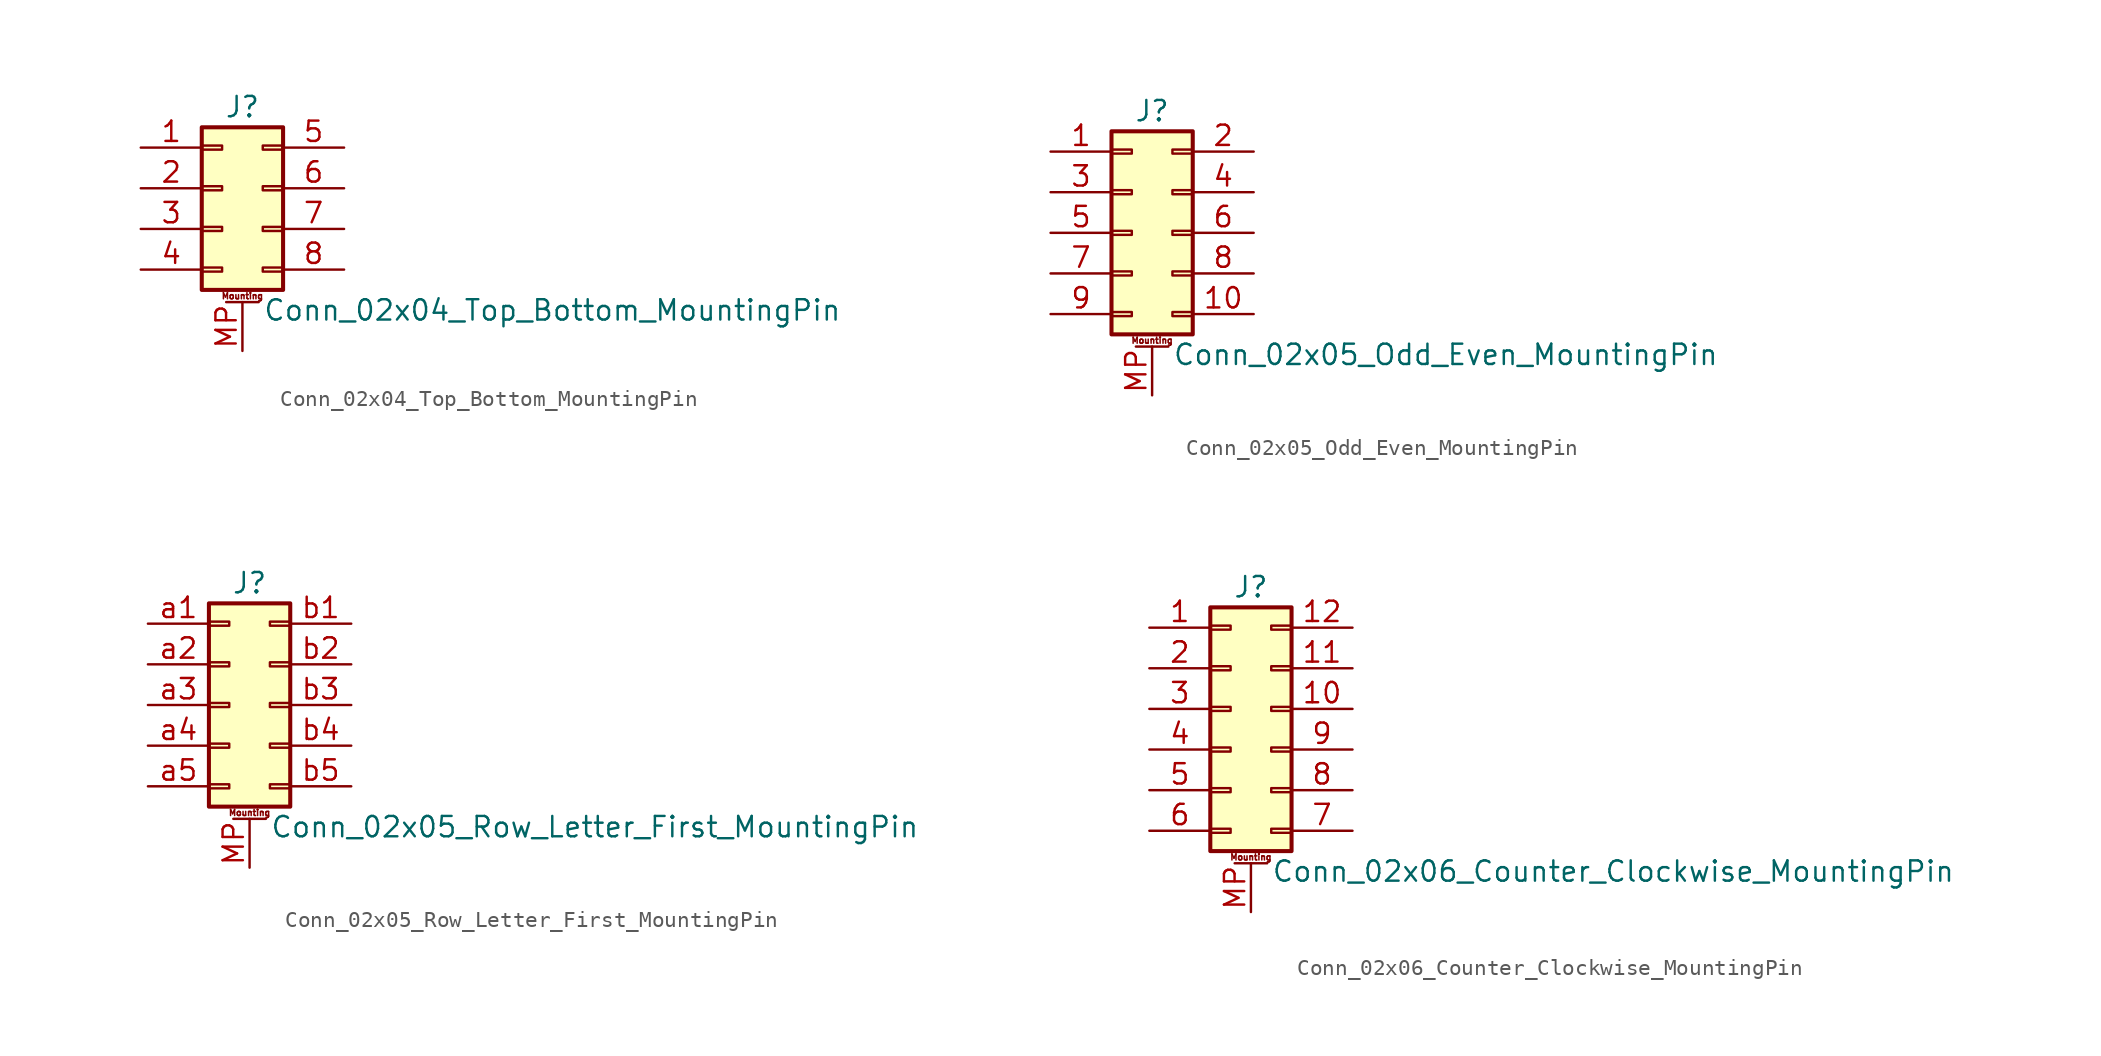
<source format=kicad_sym>
(kicad_symbol_lib
  (version 20211014)
  (generator kicad_symbol_editor)
  (symbol "Conn_02x04_Top_Bottom_MountingPin"
    (pin_names
      (offset 1.016) hide)
    (property "Reference" "J"
      (at 1.27 5.08 0)
      (effects (font (size 1.27 1.27))))
    (property "Value" "Conn_02x04_Top_Bottom_MountingPin"
      (at 2.54 -7.62 0)
      (effects (font (size 1.27 1.27)) (justify left)))
    (symbol "Conn_02x04_Top_Bottom_MountingPin_1_1"
      (rectangle (start -1.27 -4.953) (end 0 -5.207) (stroke (width 0.152) (type default) (color 0 0 0 0)) (fill (type none)))
      (rectangle (start -1.27 -2.413) (end 0 -2.667) (stroke (width 0.152) (type default) (color 0 0 0 0)) (fill (type none)))
      (rectangle (start -1.27 0.127) (end 0 -0.127) (stroke (width 0.152) (type default) (color 0 0 0 0)) (fill (type none)))
      (rectangle (start -1.27 2.667) (end 0 2.413) (stroke (width 0.152) (type default) (color 0 0 0 0)) (fill (type none)))
      (rectangle (start -1.27 3.81) (end 3.81 -6.35) (stroke (width 0.254) (type default) (color 0 0 0 0)) (fill (type background)))
      (polyline (pts (xy 0.254 -7.112) (xy 2.286 -7.112)) (stroke (width 0.152) (type default) (color 0 0 0 0)) (fill (type none)))
      (rectangle (start 3.81 -4.953) (end 2.54 -5.207) (stroke (width 0.152) (type default) (color 0 0 0 0)) (fill (type none)))
      (rectangle (start 3.81 -2.413) (end 2.54 -2.667) (stroke (width 0.152) (type default) (color 0 0 0 0)) (fill (type none)))
      (rectangle (start 3.81 0.127) (end 2.54 -0.127) (stroke (width 0.152) (type default) (color 0 0 0 0)) (fill (type none)))
      (rectangle (start 3.81 2.667) (end 2.54 2.413) (stroke (width 0.152) (type default) (color 0 0 0 0)) (fill (type none)))
      (text "Mounting" (at 1.27 -6.731 0) (effects (font (size 0.381 0.381))))
      (pin passive line (at -5.08 2.54 0) (length 3.81) (name "Pin_1" (effects (font (size 1.27 1.27)))) (number "1" (effects (font (size 1.27 1.27)))))
      (pin passive line (at -5.08 0 0) (length 3.81) (name "Pin_2" (effects (font (size 1.27 1.27)))) (number "2" (effects (font (size 1.27 1.27)))))
      (pin passive line (at -5.08 -2.54 0) (length 3.81) (name "Pin_3" (effects (font (size 1.27 1.27)))) (number "3" (effects (font (size 1.27 1.27)))))
      (pin passive line (at -5.08 -5.08 0) (length 3.81) (name "Pin_4" (effects (font (size 1.27 1.27)))) (number "4" (effects (font (size 1.27 1.27)))))
      (pin passive line (at 7.62 2.54 180) (length 3.81) (name "Pin_5" (effects (font (size 1.27 1.27)))) (number "5" (effects (font (size 1.27 1.27)))))
      (pin passive line (at 7.62 0 180) (length 3.81) (name "Pin_6" (effects (font (size 1.27 1.27)))) (number "6" (effects (font (size 1.27 1.27)))))
      (pin passive line (at 7.62 -2.54 180) (length 3.81) (name "Pin_7" (effects (font (size 1.27 1.27)))) (number "7" (effects (font (size 1.27 1.27)))))
      (pin passive line (at 7.62 -5.08 180) (length 3.81) (name "Pin_8" (effects (font (size 1.27 1.27)))) (number "8" (effects (font (size 1.27 1.27)))))
      (pin passive line (at 1.27 -10.16 90) (length 3.048) (name "MountPin" (effects (font (size 1.27 1.27)))) (number "MP" (effects (font (size 1.27 1.27)))))))
  (symbol "Conn_02x05_Odd_Even_MountingPin"
    (pin_names
      (offset 1.016) hide)
    (property "Reference" "J"
      (at 1.27 7.62 0)
      (effects (font (size 1.27 1.27))))
    (property "Value" "Conn_02x05_Odd_Even_MountingPin"
      (at 2.54 -7.62 0)
      (effects (font (size 1.27 1.27)) (justify left)))
    (symbol "Conn_02x05_Odd_Even_MountingPin_1_1"
      (rectangle (start -1.27 -4.953) (end 0 -5.207) (stroke (width 0.152) (type default) (color 0 0 0 0)) (fill (type none)))
      (rectangle (start -1.27 -2.413) (end 0 -2.667) (stroke (width 0.152) (type default) (color 0 0 0 0)) (fill (type none)))
      (rectangle (start -1.27 0.127) (end 0 -0.127) (stroke (width 0.152) (type default) (color 0 0 0 0)) (fill (type none)))
      (rectangle (start -1.27 2.667) (end 0 2.413) (stroke (width 0.152) (type default) (color 0 0 0 0)) (fill (type none)))
      (rectangle (start -1.27 5.207) (end 0 4.953) (stroke (width 0.152) (type default) (color 0 0 0 0)) (fill (type none)))
      (rectangle (start -1.27 6.35) (end 3.81 -6.35) (stroke (width 0.254) (type default) (color 0 0 0 0)) (fill (type background)))
      (polyline (pts (xy 0.254 -7.112) (xy 2.286 -7.112)) (stroke (width 0.152) (type default) (color 0 0 0 0)) (fill (type none)))
      (rectangle (start 3.81 -4.953) (end 2.54 -5.207) (stroke (width 0.152) (type default) (color 0 0 0 0)) (fill (type none)))
      (rectangle (start 3.81 -2.413) (end 2.54 -2.667) (stroke (width 0.152) (type default) (color 0 0 0 0)) (fill (type none)))
      (rectangle (start 3.81 0.127) (end 2.54 -0.127) (stroke (width 0.152) (type default) (color 0 0 0 0)) (fill (type none)))
      (rectangle (start 3.81 2.667) (end 2.54 2.413) (stroke (width 0.152) (type default) (color 0 0 0 0)) (fill (type none)))
      (rectangle (start 3.81 5.207) (end 2.54 4.953) (stroke (width 0.152) (type default) (color 0 0 0 0)) (fill (type none)))
      (text "Mounting" (at 1.27 -6.731 0) (effects (font (size 0.381 0.381))))
      (pin passive line (at -5.08 5.08 0) (length 3.81) (name "Pin_1" (effects (font (size 1.27 1.27)))) (number "1" (effects (font (size 1.27 1.27)))))
      (pin passive line (at 7.62 -5.08 180) (length 3.81) (name "Pin_10" (effects (font (size 1.27 1.27)))) (number "10" (effects (font (size 1.27 1.27)))))
      (pin passive line (at 7.62 5.08 180) (length 3.81) (name "Pin_2" (effects (font (size 1.27 1.27)))) (number "2" (effects (font (size 1.27 1.27)))))
      (pin passive line (at -5.08 2.54 0) (length 3.81) (name "Pin_3" (effects (font (size 1.27 1.27)))) (number "3" (effects (font (size 1.27 1.27)))))
      (pin passive line (at 7.62 2.54 180) (length 3.81) (name "Pin_4" (effects (font (size 1.27 1.27)))) (number "4" (effects (font (size 1.27 1.27)))))
      (pin passive line (at -5.08 0 0) (length 3.81) (name "Pin_5" (effects (font (size 1.27 1.27)))) (number "5" (effects (font (size 1.27 1.27)))))
      (pin passive line (at 7.62 0 180) (length 3.81) (name "Pin_6" (effects (font (size 1.27 1.27)))) (number "6" (effects (font (size 1.27 1.27)))))
      (pin passive line (at -5.08 -2.54 0) (length 3.81) (name "Pin_7" (effects (font (size 1.27 1.27)))) (number "7" (effects (font (size 1.27 1.27)))))
      (pin passive line (at 7.62 -2.54 180) (length 3.81) (name "Pin_8" (effects (font (size 1.27 1.27)))) (number "8" (effects (font (size 1.27 1.27)))))
      (pin passive line (at -5.08 -5.08 0) (length 3.81) (name "Pin_9" (effects (font (size 1.27 1.27)))) (number "9" (effects (font (size 1.27 1.27)))))
      (pin passive line (at 1.27 -10.16 90) (length 3.048) (name "MountPin" (effects (font (size 1.27 1.27)))) (number "MP" (effects (font (size 1.27 1.27)))))))
  (symbol "Conn_02x05_Row_Letter_First_MountingPin"
    (pin_names
      (offset 1.016) hide)
    (property "Reference" "J"
      (at 1.27 7.62 0)
      (effects (font (size 1.27 1.27))))
    (property "Value" "Conn_02x05_Row_Letter_First_MountingPin"
      (at 2.54 -7.62 0)
      (effects (font (size 1.27 1.27)) (justify left)))
    (symbol "Conn_02x05_Row_Letter_First_MountingPin_1_1"
      (rectangle (start -1.27 -4.953) (end 0 -5.207) (stroke (width 0.152) (type default) (color 0 0 0 0)) (fill (type none)))
      (rectangle (start -1.27 -2.413) (end 0 -2.667) (stroke (width 0.152) (type default) (color 0 0 0 0)) (fill (type none)))
      (rectangle (start -1.27 0.127) (end 0 -0.127) (stroke (width 0.152) (type default) (color 0 0 0 0)) (fill (type none)))
      (rectangle (start -1.27 2.667) (end 0 2.413) (stroke (width 0.152) (type default) (color 0 0 0 0)) (fill (type none)))
      (rectangle (start -1.27 5.207) (end 0 4.953) (stroke (width 0.152) (type default) (color 0 0 0 0)) (fill (type none)))
      (rectangle (start -1.27 6.35) (end 3.81 -6.35) (stroke (width 0.254) (type default) (color 0 0 0 0)) (fill (type background)))
      (polyline (pts (xy 0.254 -7.112) (xy 2.286 -7.112)) (stroke (width 0.152) (type default) (color 0 0 0 0)) (fill (type none)))
      (rectangle (start 3.81 -4.953) (end 2.54 -5.207) (stroke (width 0.152) (type default) (color 0 0 0 0)) (fill (type none)))
      (rectangle (start 3.81 -2.413) (end 2.54 -2.667) (stroke (width 0.152) (type default) (color 0 0 0 0)) (fill (type none)))
      (rectangle (start 3.81 0.127) (end 2.54 -0.127) (stroke (width 0.152) (type default) (color 0 0 0 0)) (fill (type none)))
      (rectangle (start 3.81 2.667) (end 2.54 2.413) (stroke (width 0.152) (type default) (color 0 0 0 0)) (fill (type none)))
      (rectangle (start 3.81 5.207) (end 2.54 4.953) (stroke (width 0.152) (type default) (color 0 0 0 0)) (fill (type none)))
      (text "Mounting" (at 1.27 -6.731 0) (effects (font (size 0.381 0.381))))
      (pin passive line (at 1.27 -10.16 90) (length 3.048) (name "MountPin" (effects (font (size 1.27 1.27)))) (number "MP" (effects (font (size 1.27 1.27)))))
      (pin passive line (at -5.08 5.08 0) (length 3.81) (name "Pin_a1" (effects (font (size 1.27 1.27)))) (number "a1" (effects (font (size 1.27 1.27)))))
      (pin passive line (at -5.08 2.54 0) (length 3.81) (name "Pin_a2" (effects (font (size 1.27 1.27)))) (number "a2" (effects (font (size 1.27 1.27)))))
      (pin passive line (at -5.08 0 0) (length 3.81) (name "Pin_a3" (effects (font (size 1.27 1.27)))) (number "a3" (effects (font (size 1.27 1.27)))))
      (pin passive line (at -5.08 -2.54 0) (length 3.81) (name "Pin_a4" (effects (font (size 1.27 1.27)))) (number "a4" (effects (font (size 1.27 1.27)))))
      (pin passive line (at -5.08 -5.08 0) (length 3.81) (name "Pin_a5" (effects (font (size 1.27 1.27)))) (number "a5" (effects (font (size 1.27 1.27)))))
      (pin passive line (at 7.62 5.08 180) (length 3.81) (name "Pin_b1" (effects (font (size 1.27 1.27)))) (number "b1" (effects (font (size 1.27 1.27)))))
      (pin passive line (at 7.62 2.54 180) (length 3.81) (name "Pin_b2" (effects (font (size 1.27 1.27)))) (number "b2" (effects (font (size 1.27 1.27)))))
      (pin passive line (at 7.62 0 180) (length 3.81) (name "Pin_b3" (effects (font (size 1.27 1.27)))) (number "b3" (effects (font (size 1.27 1.27)))))
      (pin passive line (at 7.62 -2.54 180) (length 3.81) (name "Pin_b4" (effects (font (size 1.27 1.27)))) (number "b4" (effects (font (size 1.27 1.27)))))
      (pin passive line (at 7.62 -5.08 180) (length 3.81) (name "Pin_b5" (effects (font (size 1.27 1.27)))) (number "b5" (effects (font (size 1.27 1.27)))))))
  (symbol "Conn_02x06_Counter_Clockwise_MountingPin"
    (pin_names
      (offset 1.016) hide)
    (property "Reference" "J"
      (at 1.27 7.62 0)
      (effects (font (size 1.27 1.27))))
    (property "Value" "Conn_02x06_Counter_Clockwise_MountingPin"
      (at 2.54 -10.16 0)
      (effects (font (size 1.27 1.27)) (justify left)))
    (symbol "Conn_02x06_Counter_Clockwise_MountingPin_1_1"
      (rectangle (start -1.27 -7.493) (end 0 -7.747) (stroke (width 0.152) (type default) (color 0 0 0 0)) (fill (type none)))
      (rectangle (start -1.27 -4.953) (end 0 -5.207) (stroke (width 0.152) (type default) (color 0 0 0 0)) (fill (type none)))
      (rectangle (start -1.27 -2.413) (end 0 -2.667) (stroke (width 0.152) (type default) (color 0 0 0 0)) (fill (type none)))
      (rectangle (start -1.27 0.127) (end 0 -0.127) (stroke (width 0.152) (type default) (color 0 0 0 0)) (fill (type none)))
      (rectangle (start -1.27 2.667) (end 0 2.413) (stroke (width 0.152) (type default) (color 0 0 0 0)) (fill (type none)))
      (rectangle (start -1.27 5.207) (end 0 4.953) (stroke (width 0.152) (type default) (color 0 0 0 0)) (fill (type none)))
      (rectangle (start -1.27 6.35) (end 3.81 -8.89) (stroke (width 0.254) (type default) (color 0 0 0 0)) (fill (type background)))
      (polyline (pts (xy 0.254 -9.652) (xy 2.286 -9.652)) (stroke (width 0.152) (type default) (color 0 0 0 0)) (fill (type none)))
      (rectangle (start 3.81 -7.493) (end 2.54 -7.747) (stroke (width 0.152) (type default) (color 0 0 0 0)) (fill (type none)))
      (rectangle (start 3.81 -4.953) (end 2.54 -5.207) (stroke (width 0.152) (type default) (color 0 0 0 0)) (fill (type none)))
      (rectangle (start 3.81 -2.413) (end 2.54 -2.667) (stroke (width 0.152) (type default) (color 0 0 0 0)) (fill (type none)))
      (rectangle (start 3.81 0.127) (end 2.54 -0.127) (stroke (width 0.152) (type default) (color 0 0 0 0)) (fill (type none)))
      (rectangle (start 3.81 2.667) (end 2.54 2.413) (stroke (width 0.152) (type default) (color 0 0 0 0)) (fill (type none)))
      (rectangle (start 3.81 5.207) (end 2.54 4.953) (stroke (width 0.152) (type default) (color 0 0 0 0)) (fill (type none)))
      (text "Mounting" (at 1.27 -9.271 0) (effects (font (size 0.381 0.381))))
      (pin passive line (at -5.08 5.08 0) (length 3.81) (name "Pin_1" (effects (font (size 1.27 1.27)))) (number "1" (effects (font (size 1.27 1.27)))))
      (pin passive line (at 7.62 0 180) (length 3.81) (name "Pin_10" (effects (font (size 1.27 1.27)))) (number "10" (effects (font (size 1.27 1.27)))))
      (pin passive line (at 7.62 2.54 180) (length 3.81) (name "Pin_11" (effects (font (size 1.27 1.27)))) (number "11" (effects (font (size 1.27 1.27)))))
      (pin passive line (at 7.62 5.08 180) (length 3.81) (name "Pin_12" (effects (font (size 1.27 1.27)))) (number "12" (effects (font (size 1.27 1.27)))))
      (pin passive line (at -5.08 2.54 0) (length 3.81) (name "Pin_2" (effects (font (size 1.27 1.27)))) (number "2" (effects (font (size 1.27 1.27)))))
      (pin passive line (at -5.08 0 0) (length 3.81) (name "Pin_3" (effects (font (size 1.27 1.27)))) (number "3" (effects (font (size 1.27 1.27)))))
      (pin passive line (at -5.08 -2.54 0) (length 3.81) (name "Pin_4" (effects (font (size 1.27 1.27)))) (number "4" (effects (font (size 1.27 1.27)))))
      (pin passive line (at -5.08 -5.08 0) (length 3.81) (name "Pin_5" (effects (font (size 1.27 1.27)))) (number "5" (effects (font (size 1.27 1.27)))))
      (pin passive line (at -5.08 -7.62 0) (length 3.81) (name "Pin_6" (effects (font (size 1.27 1.27)))) (number "6" (effects (font (size 1.27 1.27)))))
      (pin passive line (at 7.62 -7.62 180) (length 3.81) (name "Pin_7" (effects (font (size 1.27 1.27)))) (number "7" (effects (font (size 1.27 1.27)))))
      (pin passive line (at 7.62 -5.08 180) (length 3.81) (name "Pin_8" (effects (font (size 1.27 1.27)))) (number "8" (effects (font (size 1.27 1.27)))))
      (pin passive line (at 7.62 -2.54 180) (length 3.81) (name "Pin_9" (effects (font (size 1.27 1.27)))) (number "9" (effects (font (size 1.27 1.27)))))
      (pin passive line (at 1.27 -12.7 90) (length 3.048) (name "MountPin" (effects (font (size 1.27 1.27)))) (number "MP" (effects (font (size 1.27 1.27))))))))
</source>
